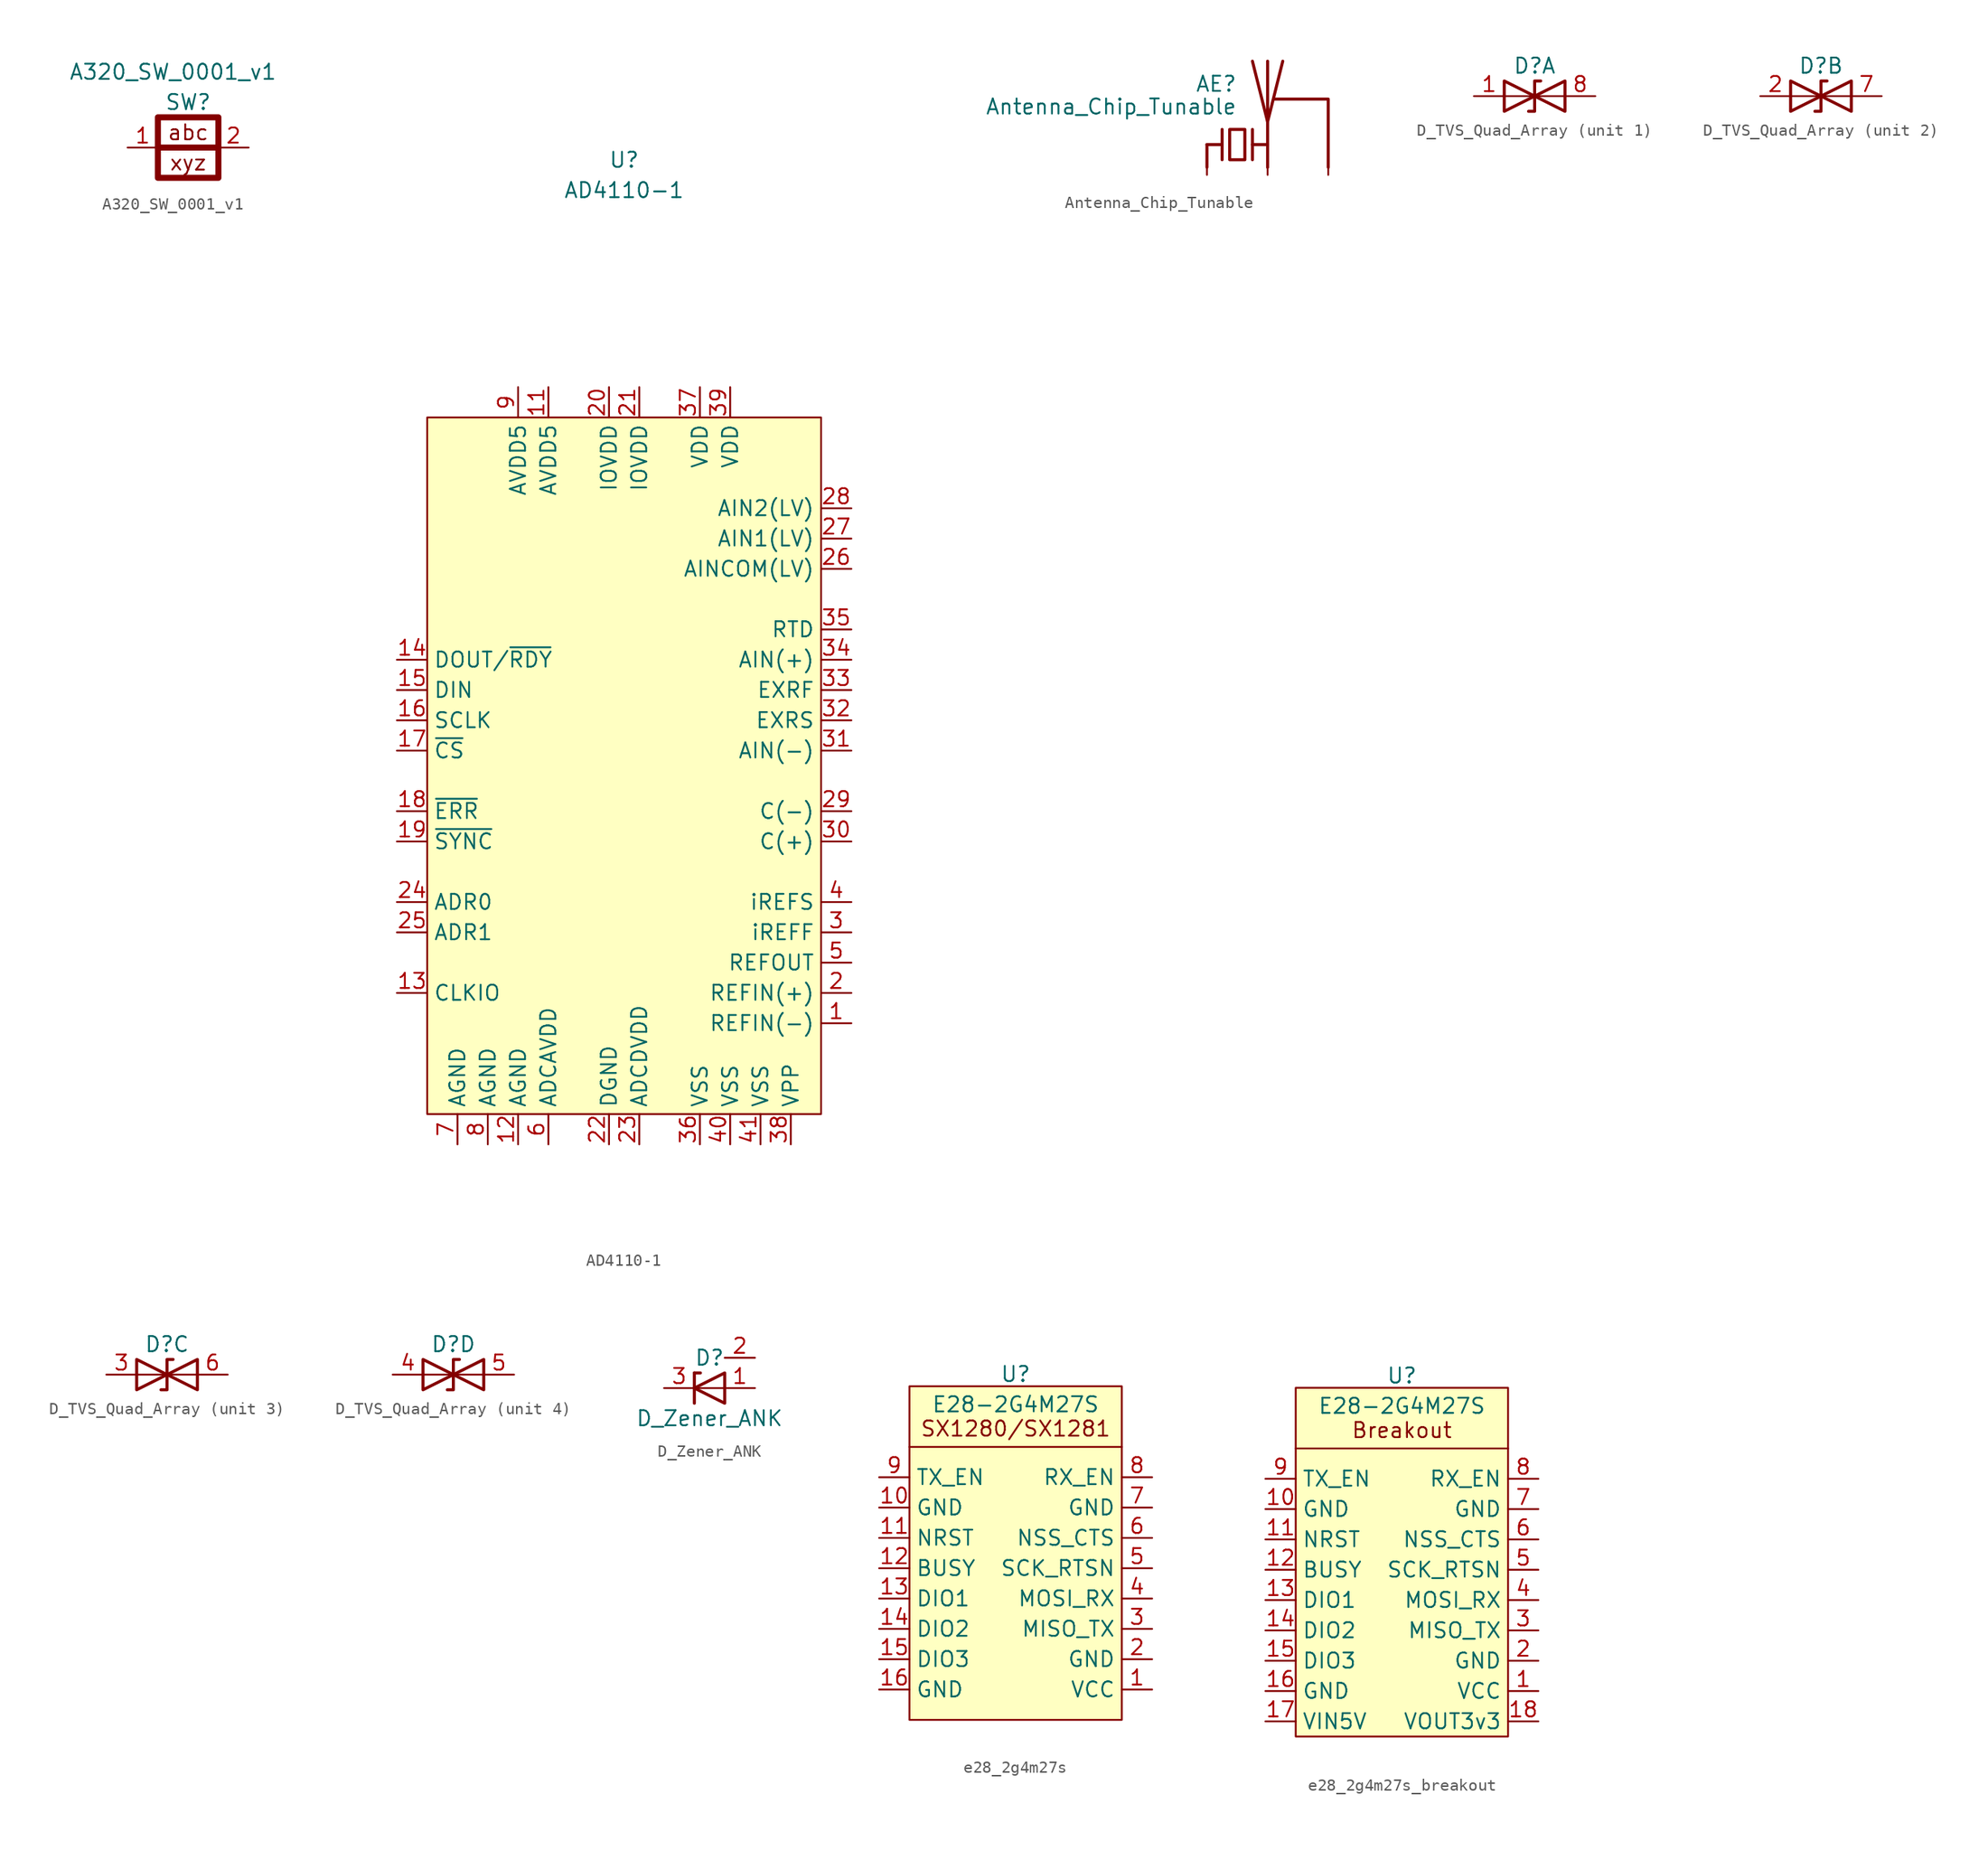
<source format=kicad_sym>
(kicad_symbol_lib
  (version 20231120)
  (generator "kicad_symbol_editor")
  (generator_version "8.0")
  (symbol "A320_SW_0001_v1"
    (pin_names
      (offset 1.016))
    (property "Reference" "SW"
      (at 1.27 11.43 0)
      (effects (font (size 1.27 1.27))))
    (property "Value" "A320_SW_0001_v1"
      (at 0 13.97 0)
      (effects (font (size 1.27 1.27))))
    (symbol "A320_SW_0001_v1_0_0"
      (text "abc" (at 1.27 8.89 0) (effects (font (size 1.27 1.27))))
      (text "xyz" (at 1.27 6.35 0) (effects (font (size 1.27 1.27)))))
    (symbol "A320_SW_0001_v1_0_1"
      (rectangle (start -1.27 10.16) (end 3.81 5.08) (stroke (width 0.508) (type default)) (fill (type none)))
      (rectangle (start 3.81 7.62) (end -1.27 7.62) (stroke (width 0.508) (type default)) (fill (type none))))
    (symbol "A320_SW_0001_v1_1_1"
      (pin passive line (at -3.81 7.62 0) (length 2.54) (name "~" (effects (font (size 1.27 1.27)))) (number "1" (effects (font (size 1.27 1.27)))))
      (pin passive line (at 6.35 7.62 180) (length 2.54) (name "~" (effects (font (size 1.27 1.27)))) (number "2" (effects (font (size 1.27 1.27)))))))
  (symbol "AD4110-1"
    (property "Reference" "U"
      (at 0 50.8 0)
      (effects (font (size 1.27 1.27))))
    (property "Value" "AD4110-1"
      (at 0 48.26 0)
      (effects (font (size 1.27 1.27))))
    (symbol "AD4110-1_1_1"
      (rectangle (start -16.51 29.21) (end 16.51 -29.21) (stroke (width 0) (type default)) (fill (type background)))
      (pin input line (at 19.05 -21.59 180) (length 2.54) (name "REFIN(-)" (effects (font (size 1.27 1.27)))) (number "1" (effects (font (size 1.27 1.27)))))
      (pin no_connect line (at -19.05 12.7 0) (length 2.54) hide (name "NIC" (effects (font (size 1.27 1.27)))) (number "10" (effects (font (size 1.27 1.27)))))
      (pin power_in line (at -6.35 31.75 270) (length 2.54) (name "AVDD5" (effects (font (size 1.27 1.27)))) (number "11" (effects (font (size 1.27 1.27)))))
      (pin power_in line (at -8.89 -31.75 90) (length 2.54) (name "AGND" (effects (font (size 1.27 1.27)))) (number "12" (effects (font (size 1.27 1.27)))))
      (pin bidirectional line (at -19.05 -19.05 0) (length 2.54) (name "CLKIO" (effects (font (size 1.27 1.27)))) (number "13" (effects (font (size 1.27 1.27)))))
      (pin tri_state line (at -19.05 8.89 0) (length 2.54) (name "DOUT/~{RDY}" (effects (font (size 1.27 1.27)))) (number "14" (effects (font (size 1.27 1.27)))))
      (pin input line (at -19.05 6.35 0) (length 2.54) (name "DIN" (effects (font (size 1.27 1.27)))) (number "15" (effects (font (size 1.27 1.27)))))
      (pin input line (at -19.05 3.81 0) (length 2.54) (name "SCLK" (effects (font (size 1.27 1.27)))) (number "16" (effects (font (size 1.27 1.27)))))
      (pin input line (at -19.05 1.27 0) (length 2.54) (name "~{CS}" (effects (font (size 1.27 1.27)))) (number "17" (effects (font (size 1.27 1.27)))))
      (pin open_collector line (at -19.05 -3.81 0) (length 2.54) (name "~{ERR}" (effects (font (size 1.27 1.27)))) (number "18" (effects (font (size 1.27 1.27)))))
      (pin input line (at -19.05 -6.35 0) (length 2.54) (name "~{SYNC}" (effects (font (size 1.27 1.27)))) (number "19" (effects (font (size 1.27 1.27)))))
      (pin input line (at 19.05 -19.05 180) (length 2.54) (name "REFIN(+)" (effects (font (size 1.27 1.27)))) (number "2" (effects (font (size 1.27 1.27)))))
      (pin power_in line (at -1.27 31.75 270) (length 2.54) (name "IOVDD" (effects (font (size 1.27 1.27)))) (number "20" (effects (font (size 1.27 1.27)))))
      (pin power_in line (at 1.27 31.75 270) (length 2.54) (name "IOVDD" (effects (font (size 1.27 1.27)))) (number "21" (effects (font (size 1.27 1.27)))))
      (pin power_in line (at -1.27 -31.75 90) (length 2.54) (name "DGND" (effects (font (size 1.27 1.27)))) (number "22" (effects (font (size 1.27 1.27)))))
      (pin passive line (at 1.27 -31.75 90) (length 2.54) (name "ADCDVDD" (effects (font (size 1.27 1.27)))) (number "23" (effects (font (size 1.27 1.27)))))
      (pin input line (at -19.05 -11.43 0) (length 2.54) (name "ADR0" (effects (font (size 1.27 1.27)))) (number "24" (effects (font (size 1.27 1.27)))))
      (pin input line (at -19.05 -13.97 0) (length 2.54) (name "ADR1" (effects (font (size 1.27 1.27)))) (number "25" (effects (font (size 1.27 1.27)))))
      (pin input line (at 19.05 16.51 180) (length 2.54) (name "AINCOM(LV)" (effects (font (size 1.27 1.27)))) (number "26" (effects (font (size 1.27 1.27)))))
      (pin input line (at 19.05 19.05 180) (length 2.54) (name "AIN1(LV)" (effects (font (size 1.27 1.27)))) (number "27" (effects (font (size 1.27 1.27)))))
      (pin input line (at 19.05 21.59 180) (length 2.54) (name "AIN2(LV)" (effects (font (size 1.27 1.27)))) (number "28" (effects (font (size 1.27 1.27)))))
      (pin passive line (at 19.05 -3.81 180) (length 2.54) (name "C(-)" (effects (font (size 1.27 1.27)))) (number "29" (effects (font (size 1.27 1.27)))))
      (pin output line (at 19.05 -13.97 180) (length 2.54) (name "iREFF" (effects (font (size 1.27 1.27)))) (number "3" (effects (font (size 1.27 1.27)))))
      (pin passive line (at 19.05 -6.35 180) (length 2.54) (name "C(+)" (effects (font (size 1.27 1.27)))) (number "30" (effects (font (size 1.27 1.27)))))
      (pin bidirectional line (at 19.05 1.27 180) (length 2.54) (name "AIN(-)" (effects (font (size 1.27 1.27)))) (number "31" (effects (font (size 1.27 1.27)))))
      (pin passive line (at 19.05 3.81 180) (length 2.54) (name "EXRS" (effects (font (size 1.27 1.27)))) (number "32" (effects (font (size 1.27 1.27)))))
      (pin output line (at 19.05 6.35 180) (length 2.54) (name "EXRF" (effects (font (size 1.27 1.27)))) (number "33" (effects (font (size 1.27 1.27)))))
      (pin bidirectional line (at 19.05 8.89 180) (length 2.54) (name "AIN(+)" (effects (font (size 1.27 1.27)))) (number "34" (effects (font (size 1.27 1.27)))))
      (pin output line (at 19.05 11.43 180) (length 2.54) (name "RTD" (effects (font (size 1.27 1.27)))) (number "35" (effects (font (size 1.27 1.27)))))
      (pin power_in line (at 6.35 -31.75 90) (length 2.54) (name "VSS" (effects (font (size 1.27 1.27)))) (number "36" (effects (font (size 1.27 1.27)))))
      (pin power_in line (at 6.35 31.75 270) (length 2.54) (name "VDD" (effects (font (size 1.27 1.27)))) (number "37" (effects (font (size 1.27 1.27)))))
      (pin passive line (at 13.97 -31.75 90) (length 2.54) (name "VPP" (effects (font (size 1.27 1.27)))) (number "38" (effects (font (size 1.27 1.27)))))
      (pin power_in line (at 8.89 31.75 270) (length 2.54) (name "VDD" (effects (font (size 1.27 1.27)))) (number "39" (effects (font (size 1.27 1.27)))))
      (pin passive line (at 19.05 -11.43 180) (length 2.54) (name "iREFS" (effects (font (size 1.27 1.27)))) (number "4" (effects (font (size 1.27 1.27)))))
      (pin power_in line (at 8.89 -31.75 90) (length 2.54) (name "VSS" (effects (font (size 1.27 1.27)))) (number "40" (effects (font (size 1.27 1.27)))))
      (pin power_in line (at 11.43 -31.75 90) (length 2.54) (name "VSS" (effects (font (size 1.27 1.27)))) (number "41" (effects (font (size 1.27 1.27)))))
      (pin output line (at 19.05 -16.51 180) (length 2.54) (name "REFOUT" (effects (font (size 1.27 1.27)))) (number "5" (effects (font (size 1.27 1.27)))))
      (pin passive line (at -6.35 -31.75 90) (length 2.54) (name "ADCAVDD" (effects (font (size 1.27 1.27)))) (number "6" (effects (font (size 1.27 1.27)))))
      (pin power_in line (at -13.97 -31.75 90) (length 2.54) (name "AGND" (effects (font (size 1.27 1.27)))) (number "7" (effects (font (size 1.27 1.27)))))
      (pin power_in line (at -11.43 -31.75 90) (length 2.54) (name "AGND" (effects (font (size 1.27 1.27)))) (number "8" (effects (font (size 1.27 1.27)))))
      (pin power_in line (at -8.89 31.75 270) (length 2.54) (name "AVDD5" (effects (font (size 1.27 1.27)))) (number "9" (effects (font (size 1.27 1.27)))))))
  (symbol "Antenna_Chip_Tunable"
    (pin_numbers hide)
    (pin_names
      (offset 1.016) hide)
    (property "Reference" "AE"
      (at 0 5.08 0)
      (effects (font (size 1.27 1.27)) (justify right)))
    (property "Value" "Antenna_Chip_Tunable"
      (at 0 3.175 0)
      (effects (font (size 1.27 1.27)) (justify right)))
    (symbol "Antenna_Chip_Tunable_0_1"
      (polyline (pts (xy -2.54 0) (xy -2.54 -1.905)) (stroke (width 0.254) (type default)) (fill (type none)))
      (polyline (pts (xy -2.54 0) (xy -1.27 0)) (stroke (width 0.254) (type default)) (fill (type none)))
      (polyline (pts (xy 1.27 0) (xy 2.54 0)) (stroke (width 0.254) (type default)) (fill (type none)))
      (polyline (pts (xy 1.27 1.27) (xy 1.27 -1.27)) (stroke (width 0.254) (type default)) (fill (type none)))
      (polyline (pts (xy 2.54 -0.635) (xy 2.54 0)) (stroke (width 0) (type default)) (fill (type none)))
      (polyline (pts (xy 2.54 6.985) (xy 2.54 -1.905)) (stroke (width 0.254) (type default)) (fill (type none)))
      (polyline (pts (xy -1.27 1.27) (xy -1.27 -1.27) (xy -1.27 0)) (stroke (width 0.254) (type default)) (fill (type none)))
      (polyline (pts (xy 3.048 3.81) (xy 7.62 3.81) (xy 7.62 -1.905)) (stroke (width 0.254) (type default)) (fill (type none)))
      (polyline (pts (xy 3.81 6.985) (xy 2.54 1.905) (xy 1.27 6.985)) (stroke (width 0.254) (type default)) (fill (type none)))
      (polyline (pts (xy -0.635 1.27) (xy 0.635 1.27) (xy 0.635 -1.27) (xy -0.635 -1.27) (xy -0.635 1.27)) (stroke (width 0.254) (type default)) (fill (type none))))
    (symbol "Antenna_Chip_Tunable_1_1"
      (pin input line (at -2.54 -2.54 90) (length 2.54) (name "FEED" (effects (font (size 1.27 1.27)))) (number "1" (effects (font (size 1.27 1.27)))))
      (pin passive line (at 2.54 -2.54 90) (length 2.54) (name "PCB_Trace" (effects (font (size 1.27 1.27)))) (number "2" (effects (font (size 1.27 1.27)))))
      (pin passive line (at 7.62 -2.54 90) (length 2.54) (name "TUNING" (effects (font (size 1.27 1.27)))) (number "3" (effects (font (size 1.27 1.27)))))))
  (symbol "D_TVS_Quad_Array"
    (pin_names hide)
    (property "Reference" "D"
      (at 0 2.54 0)
      (effects (font (size 1.27 1.27))))
    (property "Value" ""
      (at 0 0 0)
      (effects (font (size 1.27 1.27))))
    (symbol "D_TVS_Quad_Array_0_1"
      (polyline (pts (xy 2.54 0) (xy -2.54 0)) (stroke (width 0) (type default)) (fill (type none)))
      (polyline (pts (xy 0.508 1.27) (xy 0 1.27) (xy 0 -1.27) (xy -0.508 -1.27)) (stroke (width 0.254) (type default)) (fill (type none)))
      (polyline (pts (xy -2.54 1.27) (xy -2.54 -1.27) (xy 2.54 1.27) (xy 2.54 -1.27) (xy -2.54 1.27)) (stroke (width 0.254) (type default)) (fill (type none))))
    (symbol "D_TVS_Quad_Array_1_1"
      (pin passive line (at -5.08 0 0) (length 2.54) (name "A1" (effects (font (size 1.27 1.27)))) (number "1" (effects (font (size 1.27 1.27)))))
      (pin passive line (at 5.08 0 180) (length 2.54) (name "A2" (effects (font (size 1.27 1.27)))) (number "8" (effects (font (size 1.27 1.27))))))
    (symbol "D_TVS_Quad_Array_2_1"
      (pin passive line (at -5.08 0 0) (length 2.54) (name "A1" (effects (font (size 1.27 1.27)))) (number "2" (effects (font (size 1.27 1.27)))))
      (pin passive line (at 5.08 0 180) (length 2.54) (name "A2" (effects (font (size 1.27 1.27)))) (number "7" (effects (font (size 1.27 1.27))))))
    (symbol "D_TVS_Quad_Array_3_1"
      (pin passive line (at -5.08 0 0) (length 2.54) (name "A1" (effects (font (size 1.27 1.27)))) (number "3" (effects (font (size 1.27 1.27)))))
      (pin passive line (at 5.08 0 180) (length 2.54) (name "A2" (effects (font (size 1.27 1.27)))) (number "6" (effects (font (size 1.27 1.27))))))
    (symbol "D_TVS_Quad_Array_4_1"
      (pin passive line (at -5.08 0 0) (length 2.54) (name "A1" (effects (font (size 1.27 1.27)))) (number "4" (effects (font (size 1.27 1.27)))))
      (pin passive line (at 5.08 0 180) (length 2.54) (name "A2" (effects (font (size 1.27 1.27)))) (number "5" (effects (font (size 1.27 1.27)))))))
  (symbol "D_Zener_ANK"
    (pin_names
      (offset 0) hide)
    (property "Reference" "D"
      (at 0 2.54 0)
      (effects (font (size 1.27 1.27))))
    (property "Value" "D_Zener_ANK"
      (at 0 -2.54 0)
      (effects (font (size 1.27 1.27))))
    (symbol "D_Zener_ANK_0_1"
      (polyline (pts (xy -1.27 0) (xy 1.27 0)) (stroke (width 0) (type default)) (fill (type none)))
      (polyline (pts (xy -1.27 1.27) (xy -1.27 -1.27)) (stroke (width 0.254) (type default)) (fill (type none)))
      (polyline (pts (xy 1.27 1.27) (xy 1.27 -1.27) (xy -1.27 0) (xy 1.27 1.27)) (stroke (width 0.254) (type default)) (fill (type none))))
    (symbol "D_Zener_ANK_1_1"
      (polyline (pts (xy -1.27 1.27) (xy -0.762 1.27)) (stroke (width 0.254) (type default)) (fill (type none)))
      (pin passive line (at 3.81 0 180) (length 2.54) (name "A" (effects (font (size 1.27 1.27)))) (number "1" (effects (font (size 1.27 1.27)))))
      (pin passive line (at 3.81 2.54 180) (length 2.54) (name "A" (effects (font (size 1.27 1.27)))) (number "2" (effects (font (size 1.27 1.27)))))
      (pin passive line (at -3.81 0 0) (length 2.54) (name "K" (effects (font (size 1.27 1.27)))) (number "3" (effects (font (size 1.27 1.27)))))))
  (symbol "e28_2g4m27s"
    (property "Reference" "U"
      (at 0 17.526 0)
      (effects (font (size 1.27 1.27))))
    (property "Value" "E28-2G4M27S"
      (at 0 14.986 0)
      (do_not_autoplace)
      (effects (font (size 1.27 1.27))))
    (symbol "e28_2g4m27s_1_1"
      (rectangle (start -8.89 16.51) (end 8.89 -11.43) (stroke (width 0) (type default)) (fill (type background)))
      (polyline (pts (xy -8.89 11.43) (xy 8.89 11.43)) (stroke (width 0) (type default)) (fill (type none)))
      (text "SX1280/SX1281" (at 0 12.954 0) (effects (font (size 1.27 1.27))))
      (pin unspecified line (at 11.43 -8.89 180) (length 2.54) (name "VCC" (effects (font (size 1.27 1.27)))) (number "1" (effects (font (size 1.27 1.27)))))
      (pin unspecified line (at -11.43 6.35 0) (length 2.54) (name "GND" (effects (font (size 1.27 1.27)))) (number "10" (effects (font (size 1.27 1.27)))))
      (pin unspecified line (at -11.43 3.81 0) (length 2.54) (name "NRST" (effects (font (size 1.27 1.27)))) (number "11" (effects (font (size 1.27 1.27)))))
      (pin unspecified line (at -11.43 1.27 0) (length 2.54) (name "BUSY" (effects (font (size 1.27 1.27)))) (number "12" (effects (font (size 1.27 1.27)))))
      (pin unspecified line (at -11.43 -1.27 0) (length 2.54) (name "DIO1" (effects (font (size 1.27 1.27)))) (number "13" (effects (font (size 1.27 1.27)))))
      (pin unspecified line (at -11.43 -3.81 0) (length 2.54) (name "DIO2" (effects (font (size 1.27 1.27)))) (number "14" (effects (font (size 1.27 1.27)))))
      (pin unspecified line (at -11.43 -6.35 0) (length 2.54) (name "DIO3" (effects (font (size 1.27 1.27)))) (number "15" (effects (font (size 1.27 1.27)))))
      (pin unspecified line (at -11.43 -8.89 0) (length 2.54) (name "GND" (effects (font (size 1.27 1.27)))) (number "16" (effects (font (size 1.27 1.27)))))
      (pin unspecified line (at 11.43 -6.35 180) (length 2.54) (name "GND" (effects (font (size 1.27 1.27)))) (number "2" (effects (font (size 1.27 1.27)))))
      (pin unspecified line (at 11.43 -3.81 180) (length 2.54) (name "MISO_TX" (effects (font (size 1.27 1.27)))) (number "3" (effects (font (size 1.27 1.27)))))
      (pin unspecified line (at 11.43 -1.27 180) (length 2.54) (name "MOSI_RX" (effects (font (size 1.27 1.27)))) (number "4" (effects (font (size 1.27 1.27)))))
      (pin unspecified line (at 11.43 1.27 180) (length 2.54) (name "SCK_RTSN" (effects (font (size 1.27 1.27)))) (number "5" (effects (font (size 1.27 1.27)))))
      (pin unspecified line (at 11.43 3.81 180) (length 2.54) (name "NSS_CTS" (effects (font (size 1.27 1.27)))) (number "6" (effects (font (size 1.27 1.27)))))
      (pin unspecified line (at 11.43 6.35 180) (length 2.54) (name "GND" (effects (font (size 1.27 1.27)))) (number "7" (effects (font (size 1.27 1.27)))))
      (pin unspecified line (at 11.43 8.89 180) (length 2.54) (name "RX_EN" (effects (font (size 1.27 1.27)))) (number "8" (effects (font (size 1.27 1.27)))))
      (pin unspecified line (at -11.43 8.89 0) (length 2.54) (name "TX_EN" (effects (font (size 1.27 1.27)))) (number "9" (effects (font (size 1.27 1.27)))))))
  (symbol "e28_2g4m27s_breakout"
    (property "Reference" "U"
      (at 0 17.526 0)
      (effects (font (size 1.27 1.27))))
    (property "Value" "E28-2G4M27S"
      (at 0 14.986 0)
      (do_not_autoplace)
      (effects (font (size 1.27 1.27))))
    (symbol "e28_2g4m27s_breakout_1_1"
      (rectangle (start -8.89 16.51) (end 8.89 -12.7) (stroke (width 0) (type default)) (fill (type background)))
      (polyline (pts (xy -8.89 11.43) (xy 8.89 11.43)) (stroke (width 0) (type default)) (fill (type none)))
      (text "Breakout" (at 0 12.954 0) (effects (font (size 1.27 1.27))))
      (pin unspecified line (at 11.43 -8.89 180) (length 2.54) (name "VCC" (effects (font (size 1.27 1.27)))) (number "1" (effects (font (size 1.27 1.27)))))
      (pin unspecified line (at -11.43 6.35 0) (length 2.54) (name "GND" (effects (font (size 1.27 1.27)))) (number "10" (effects (font (size 1.27 1.27)))))
      (pin unspecified line (at -11.43 3.81 0) (length 2.54) (name "NRST" (effects (font (size 1.27 1.27)))) (number "11" (effects (font (size 1.27 1.27)))))
      (pin unspecified line (at -11.43 1.27 0) (length 2.54) (name "BUSY" (effects (font (size 1.27 1.27)))) (number "12" (effects (font (size 1.27 1.27)))))
      (pin unspecified line (at -11.43 -1.27 0) (length 2.54) (name "DIO1" (effects (font (size 1.27 1.27)))) (number "13" (effects (font (size 1.27 1.27)))))
      (pin unspecified line (at -11.43 -3.81 0) (length 2.54) (name "DIO2" (effects (font (size 1.27 1.27)))) (number "14" (effects (font (size 1.27 1.27)))))
      (pin unspecified line (at -11.43 -6.35 0) (length 2.54) (name "DIO3" (effects (font (size 1.27 1.27)))) (number "15" (effects (font (size 1.27 1.27)))))
      (pin unspecified line (at -11.43 -8.89 0) (length 2.54) (name "GND" (effects (font (size 1.27 1.27)))) (number "16" (effects (font (size 1.27 1.27)))))
      (pin unspecified line (at -11.43 -11.43 0) (length 2.54) (name "VIN5V" (effects (font (size 1.27 1.27)))) (number "17" (effects (font (size 1.27 1.27)))))
      (pin unspecified line (at 11.43 -11.43 180) (length 2.54) (name "VOUT3v3" (effects (font (size 1.27 1.27)))) (number "18" (effects (font (size 1.27 1.27)))))
      (pin unspecified line (at 11.43 -6.35 180) (length 2.54) (name "GND" (effects (font (size 1.27 1.27)))) (number "2" (effects (font (size 1.27 1.27)))))
      (pin unspecified line (at 11.43 -3.81 180) (length 2.54) (name "MISO_TX" (effects (font (size 1.27 1.27)))) (number "3" (effects (font (size 1.27 1.27)))))
      (pin unspecified line (at 11.43 -1.27 180) (length 2.54) (name "MOSI_RX" (effects (font (size 1.27 1.27)))) (number "4" (effects (font (size 1.27 1.27)))))
      (pin unspecified line (at 11.43 1.27 180) (length 2.54) (name "SCK_RTSN" (effects (font (size 1.27 1.27)))) (number "5" (effects (font (size 1.27 1.27)))))
      (pin unspecified line (at 11.43 3.81 180) (length 2.54) (name "NSS_CTS" (effects (font (size 1.27 1.27)))) (number "6" (effects (font (size 1.27 1.27)))))
      (pin unspecified line (at 11.43 6.35 180) (length 2.54) (name "GND" (effects (font (size 1.27 1.27)))) (number "7" (effects (font (size 1.27 1.27)))))
      (pin unspecified line (at 11.43 8.89 180) (length 2.54) (name "RX_EN" (effects (font (size 1.27 1.27)))) (number "8" (effects (font (size 1.27 1.27)))))
      (pin unspecified line (at -11.43 8.89 0) (length 2.54) (name "TX_EN" (effects (font (size 1.27 1.27)))) (number "9" (effects (font (size 1.27 1.27))))))))
</source>
